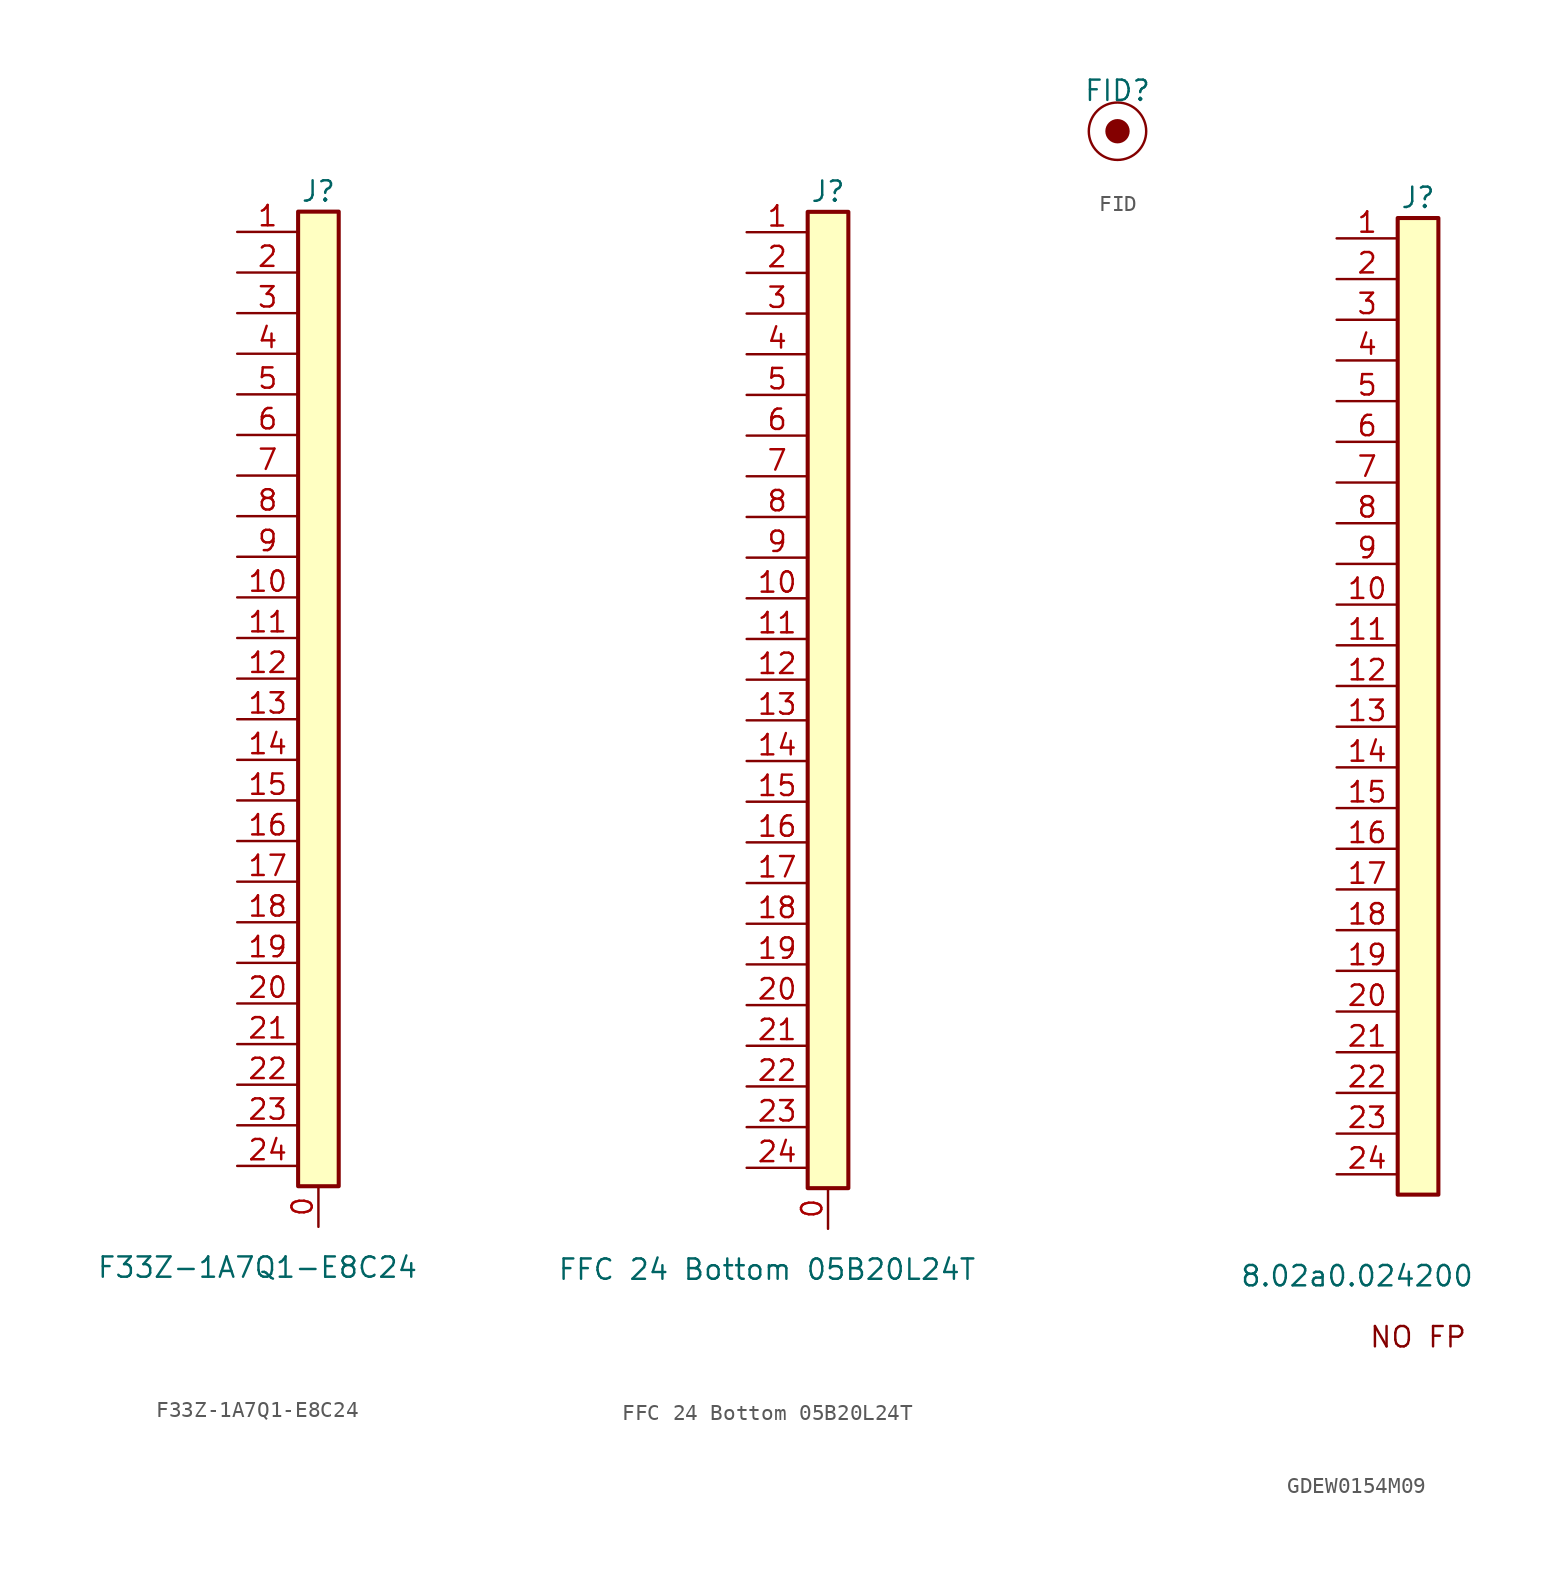
<source format=kicad_sym>
(kicad_symbol_lib
  (version 20231120)
  (generator "kicad_symbol_editor")
  (generator_version "8.0")
  (symbol "F33Z-1A7Q1-E8C24"
    (pin_names
      (offset 1.016) hide)
    (property "Reference" "J"
      (at 0 7.62 0)
      (effects (font (size 1.27 1.27))))
    (property "Value" "F33Z-1A7Q1-E8C24"
      (at -3.81 -59.69 0)
      (effects (font (size 1.27 1.27))))
    (symbol "F33Z-1A7Q1-E8C24_1_1"
      (rectangle (start -1.27 6.35) (end 1.27 -54.61) (stroke (width 0.254) (type default)) (fill (type background)))
      (pin passive line (at 0 -57.15 90) (length 2.54) (name "0" (effects (font (size 1.27 1.27)))) (number "0" (effects (font (size 1.27 1.27)))))
      (pin passive line (at -5.08 5.08 0) (length 3.81) (name "Pin_1" (effects (font (size 1.27 1.27)))) (number "1" (effects (font (size 1.27 1.27)))))
      (pin passive line (at -5.08 -17.78 0) (length 3.81) (name "Pin_10" (effects (font (size 1.27 1.27)))) (number "10" (effects (font (size 1.27 1.27)))))
      (pin passive line (at -5.08 -20.32 0) (length 3.81) (name "Pin_11" (effects (font (size 1.27 1.27)))) (number "11" (effects (font (size 1.27 1.27)))))
      (pin passive line (at -5.08 -22.86 0) (length 3.81) (name "Pin_12" (effects (font (size 1.27 1.27)))) (number "12" (effects (font (size 1.27 1.27)))))
      (pin passive line (at -5.08 -25.4 0) (length 3.81) (name "Pin_13" (effects (font (size 1.27 1.27)))) (number "13" (effects (font (size 1.27 1.27)))))
      (pin passive line (at -5.08 -27.94 0) (length 3.81) (name "Pin_14" (effects (font (size 1.27 1.27)))) (number "14" (effects (font (size 1.27 1.27)))))
      (pin passive line (at -5.08 -30.48 0) (length 3.81) (name "Pin_15" (effects (font (size 1.27 1.27)))) (number "15" (effects (font (size 1.27 1.27)))))
      (pin passive line (at -5.08 -33.02 0) (length 3.81) (name "Pin_16" (effects (font (size 1.27 1.27)))) (number "16" (effects (font (size 1.27 1.27)))))
      (pin passive line (at -5.08 -35.56 0) (length 3.81) (name "Pin_17" (effects (font (size 1.27 1.27)))) (number "17" (effects (font (size 1.27 1.27)))))
      (pin passive line (at -5.08 -38.1 0) (length 3.81) (name "Pin_18" (effects (font (size 1.27 1.27)))) (number "18" (effects (font (size 1.27 1.27)))))
      (pin passive line (at -5.08 -40.64 0) (length 3.81) (name "Pin_19" (effects (font (size 1.27 1.27)))) (number "19" (effects (font (size 1.27 1.27)))))
      (pin passive line (at -5.08 2.54 0) (length 3.81) (name "Pin_2" (effects (font (size 1.27 1.27)))) (number "2" (effects (font (size 1.27 1.27)))))
      (pin passive line (at -5.08 -43.18 0) (length 3.81) (name "Pin_20" (effects (font (size 1.27 1.27)))) (number "20" (effects (font (size 1.27 1.27)))))
      (pin passive line (at -5.08 -45.72 0) (length 3.81) (name "Pin_21" (effects (font (size 1.27 1.27)))) (number "21" (effects (font (size 1.27 1.27)))))
      (pin passive line (at -5.08 -48.26 0) (length 3.81) (name "Pin_22" (effects (font (size 1.27 1.27)))) (number "22" (effects (font (size 1.27 1.27)))))
      (pin passive line (at -5.08 -50.8 0) (length 3.81) (name "Pin_23" (effects (font (size 1.27 1.27)))) (number "23" (effects (font (size 1.27 1.27)))))
      (pin passive line (at -5.08 -53.34 0) (length 3.81) (name "Pin_24" (effects (font (size 1.27 1.27)))) (number "24" (effects (font (size 1.27 1.27)))))
      (pin passive line (at -5.08 0 0) (length 3.81) (name "Pin_3" (effects (font (size 1.27 1.27)))) (number "3" (effects (font (size 1.27 1.27)))))
      (pin passive line (at -5.08 -2.54 0) (length 3.81) (name "Pin_4" (effects (font (size 1.27 1.27)))) (number "4" (effects (font (size 1.27 1.27)))))
      (pin passive line (at -5.08 -5.08 0) (length 3.81) (name "Pin_5" (effects (font (size 1.27 1.27)))) (number "5" (effects (font (size 1.27 1.27)))))
      (pin passive line (at -5.08 -7.62 0) (length 3.81) (name "Pin_6" (effects (font (size 1.27 1.27)))) (number "6" (effects (font (size 1.27 1.27)))))
      (pin passive line (at -5.08 -10.16 0) (length 3.81) (name "Pin_7" (effects (font (size 1.27 1.27)))) (number "7" (effects (font (size 1.27 1.27)))))
      (pin passive line (at -5.08 -12.7 0) (length 3.81) (name "Pin_8" (effects (font (size 1.27 1.27)))) (number "8" (effects (font (size 1.27 1.27)))))
      (pin passive line (at -5.08 -15.24 0) (length 3.81) (name "Pin_9" (effects (font (size 1.27 1.27)))) (number "9" (effects (font (size 1.27 1.27)))))))
  (symbol "FFC 24 Bottom 05B20L24T"
    (pin_names
      (offset 1.016) hide)
    (property "Reference" "J"
      (at 0 7.62 0)
      (effects (font (size 1.27 1.27))))
    (property "Value" "FFC 24 Bottom 05B20L24T"
      (at -3.81 -59.69 0)
      (effects (font (size 1.27 1.27))))
    (symbol "FFC 24 Bottom 05B20L24T_1_1"
      (rectangle (start -1.27 6.35) (end 1.27 -54.61) (stroke (width 0.254) (type default)) (fill (type background)))
      (pin passive line (at 0 -57.15 90) (length 2.54) (name "0" (effects (font (size 1.27 1.27)))) (number "0" (effects (font (size 1.27 1.27)))))
      (pin passive line (at -5.08 5.08 0) (length 3.81) (name "Pin_1" (effects (font (size 1.27 1.27)))) (number "1" (effects (font (size 1.27 1.27)))))
      (pin passive line (at -5.08 -17.78 0) (length 3.81) (name "Pin_10" (effects (font (size 1.27 1.27)))) (number "10" (effects (font (size 1.27 1.27)))))
      (pin passive line (at -5.08 -20.32 0) (length 3.81) (name "Pin_11" (effects (font (size 1.27 1.27)))) (number "11" (effects (font (size 1.27 1.27)))))
      (pin passive line (at -5.08 -22.86 0) (length 3.81) (name "Pin_12" (effects (font (size 1.27 1.27)))) (number "12" (effects (font (size 1.27 1.27)))))
      (pin passive line (at -5.08 -25.4 0) (length 3.81) (name "Pin_13" (effects (font (size 1.27 1.27)))) (number "13" (effects (font (size 1.27 1.27)))))
      (pin passive line (at -5.08 -27.94 0) (length 3.81) (name "Pin_14" (effects (font (size 1.27 1.27)))) (number "14" (effects (font (size 1.27 1.27)))))
      (pin passive line (at -5.08 -30.48 0) (length 3.81) (name "Pin_15" (effects (font (size 1.27 1.27)))) (number "15" (effects (font (size 1.27 1.27)))))
      (pin passive line (at -5.08 -33.02 0) (length 3.81) (name "Pin_16" (effects (font (size 1.27 1.27)))) (number "16" (effects (font (size 1.27 1.27)))))
      (pin passive line (at -5.08 -35.56 0) (length 3.81) (name "Pin_17" (effects (font (size 1.27 1.27)))) (number "17" (effects (font (size 1.27 1.27)))))
      (pin passive line (at -5.08 -38.1 0) (length 3.81) (name "Pin_18" (effects (font (size 1.27 1.27)))) (number "18" (effects (font (size 1.27 1.27)))))
      (pin passive line (at -5.08 -40.64 0) (length 3.81) (name "Pin_19" (effects (font (size 1.27 1.27)))) (number "19" (effects (font (size 1.27 1.27)))))
      (pin passive line (at -5.08 2.54 0) (length 3.81) (name "Pin_2" (effects (font (size 1.27 1.27)))) (number "2" (effects (font (size 1.27 1.27)))))
      (pin passive line (at -5.08 -43.18 0) (length 3.81) (name "Pin_20" (effects (font (size 1.27 1.27)))) (number "20" (effects (font (size 1.27 1.27)))))
      (pin passive line (at -5.08 -45.72 0) (length 3.81) (name "Pin_21" (effects (font (size 1.27 1.27)))) (number "21" (effects (font (size 1.27 1.27)))))
      (pin passive line (at -5.08 -48.26 0) (length 3.81) (name "Pin_22" (effects (font (size 1.27 1.27)))) (number "22" (effects (font (size 1.27 1.27)))))
      (pin passive line (at -5.08 -50.8 0) (length 3.81) (name "Pin_23" (effects (font (size 1.27 1.27)))) (number "23" (effects (font (size 1.27 1.27)))))
      (pin passive line (at -5.08 -53.34 0) (length 3.81) (name "Pin_24" (effects (font (size 1.27 1.27)))) (number "24" (effects (font (size 1.27 1.27)))))
      (pin passive line (at -5.08 0 0) (length 3.81) (name "Pin_3" (effects (font (size 1.27 1.27)))) (number "3" (effects (font (size 1.27 1.27)))))
      (pin passive line (at -5.08 -2.54 0) (length 3.81) (name "Pin_4" (effects (font (size 1.27 1.27)))) (number "4" (effects (font (size 1.27 1.27)))))
      (pin passive line (at -5.08 -5.08 0) (length 3.81) (name "Pin_5" (effects (font (size 1.27 1.27)))) (number "5" (effects (font (size 1.27 1.27)))))
      (pin passive line (at -5.08 -7.62 0) (length 3.81) (name "Pin_6" (effects (font (size 1.27 1.27)))) (number "6" (effects (font (size 1.27 1.27)))))
      (pin passive line (at -5.08 -10.16 0) (length 3.81) (name "Pin_7" (effects (font (size 1.27 1.27)))) (number "7" (effects (font (size 1.27 1.27)))))
      (pin passive line (at -5.08 -12.7 0) (length 3.81) (name "Pin_8" (effects (font (size 1.27 1.27)))) (number "8" (effects (font (size 1.27 1.27)))))
      (pin passive line (at -5.08 -15.24 0) (length 3.81) (name "Pin_9" (effects (font (size 1.27 1.27)))) (number "9" (effects (font (size 1.27 1.27)))))))
  (symbol "FID"
    (pin_numbers hide)
    (pin_names
      (offset 0) hide)
    (property "Reference" "FID"
      (at 0 2.54 0)
      (effects (font (size 1.27 1.27))))
    (property "Value" ""
      (at 0 0 0)
      (effects (font (size 1.27 1.27))))
    (symbol "FID_0_1"
      (circle (center 0 0) (radius 1.796) (stroke (width 0) (type default)) (fill (type none))))
    (symbol "FID_1_1"
      (circle (center 0 0) (radius 0.686) (stroke (width 0) (type default)) (fill (type outline)))
      (pin passive line (at 0 -2.54 90) (length 2.54) hide (name "1" (effects (font (size 1.27 1.27)))) (number "1" (effects (font (size 1.27 1.27)))))))
  (symbol "GDEW0154M09"
    (pin_names
      (offset 1.016) hide)
    (property "Reference" "J"
      (at 0 7.62 0)
      (effects (font (size 1.27 1.27))))
    (property "Value" "8.02a0.024200"
      (at -3.81 -59.69 0)
      (effects (font (size 1.27 1.27))))
    (symbol "GDEW0154M09_1_1"
      (rectangle (start -1.27 6.35) (end 1.27 -54.61) (stroke (width 0.254) (type default)) (fill (type background)))
      (text "NO FP" (at 0 -63.5 0) (effects (font (size 1.27 1.27))))
      (pin passive line (at -5.08 5.08 0) (length 3.81) (name "Pin_1" (effects (font (size 1.27 1.27)))) (number "1" (effects (font (size 1.27 1.27)))))
      (pin passive line (at -5.08 -17.78 0) (length 3.81) (name "Pin_10" (effects (font (size 1.27 1.27)))) (number "10" (effects (font (size 1.27 1.27)))))
      (pin passive line (at -5.08 -20.32 0) (length 3.81) (name "Pin_11" (effects (font (size 1.27 1.27)))) (number "11" (effects (font (size 1.27 1.27)))))
      (pin passive line (at -5.08 -22.86 0) (length 3.81) (name "Pin_12" (effects (font (size 1.27 1.27)))) (number "12" (effects (font (size 1.27 1.27)))))
      (pin passive line (at -5.08 -25.4 0) (length 3.81) (name "Pin_13" (effects (font (size 1.27 1.27)))) (number "13" (effects (font (size 1.27 1.27)))))
      (pin passive line (at -5.08 -27.94 0) (length 3.81) (name "Pin_14" (effects (font (size 1.27 1.27)))) (number "14" (effects (font (size 1.27 1.27)))))
      (pin passive line (at -5.08 -30.48 0) (length 3.81) (name "Pin_15" (effects (font (size 1.27 1.27)))) (number "15" (effects (font (size 1.27 1.27)))))
      (pin passive line (at -5.08 -33.02 0) (length 3.81) (name "Pin_16" (effects (font (size 1.27 1.27)))) (number "16" (effects (font (size 1.27 1.27)))))
      (pin passive line (at -5.08 -35.56 0) (length 3.81) (name "Pin_17" (effects (font (size 1.27 1.27)))) (number "17" (effects (font (size 1.27 1.27)))))
      (pin passive line (at -5.08 -38.1 0) (length 3.81) (name "Pin_18" (effects (font (size 1.27 1.27)))) (number "18" (effects (font (size 1.27 1.27)))))
      (pin passive line (at -5.08 -40.64 0) (length 3.81) (name "Pin_19" (effects (font (size 1.27 1.27)))) (number "19" (effects (font (size 1.27 1.27)))))
      (pin passive line (at -5.08 2.54 0) (length 3.81) (name "Pin_2" (effects (font (size 1.27 1.27)))) (number "2" (effects (font (size 1.27 1.27)))))
      (pin passive line (at -5.08 -43.18 0) (length 3.81) (name "Pin_20" (effects (font (size 1.27 1.27)))) (number "20" (effects (font (size 1.27 1.27)))))
      (pin passive line (at -5.08 -45.72 0) (length 3.81) (name "Pin_21" (effects (font (size 1.27 1.27)))) (number "21" (effects (font (size 1.27 1.27)))))
      (pin passive line (at -5.08 -48.26 0) (length 3.81) (name "Pin_22" (effects (font (size 1.27 1.27)))) (number "22" (effects (font (size 1.27 1.27)))))
      (pin passive line (at -5.08 -50.8 0) (length 3.81) (name "Pin_23" (effects (font (size 1.27 1.27)))) (number "23" (effects (font (size 1.27 1.27)))))
      (pin passive line (at -5.08 -53.34 0) (length 3.81) (name "Pin_24" (effects (font (size 1.27 1.27)))) (number "24" (effects (font (size 1.27 1.27)))))
      (pin passive line (at -5.08 0 0) (length 3.81) (name "Pin_3" (effects (font (size 1.27 1.27)))) (number "3" (effects (font (size 1.27 1.27)))))
      (pin passive line (at -5.08 -2.54 0) (length 3.81) (name "Pin_4" (effects (font (size 1.27 1.27)))) (number "4" (effects (font (size 1.27 1.27)))))
      (pin passive line (at -5.08 -5.08 0) (length 3.81) (name "Pin_5" (effects (font (size 1.27 1.27)))) (number "5" (effects (font (size 1.27 1.27)))))
      (pin passive line (at -5.08 -7.62 0) (length 3.81) (name "Pin_6" (effects (font (size 1.27 1.27)))) (number "6" (effects (font (size 1.27 1.27)))))
      (pin passive line (at -5.08 -10.16 0) (length 3.81) (name "Pin_7" (effects (font (size 1.27 1.27)))) (number "7" (effects (font (size 1.27 1.27)))))
      (pin passive line (at -5.08 -12.7 0) (length 3.81) (name "Pin_8" (effects (font (size 1.27 1.27)))) (number "8" (effects (font (size 1.27 1.27)))))
      (pin passive line (at -5.08 -15.24 0) (length 3.81) (name "Pin_9" (effects (font (size 1.27 1.27)))) (number "9" (effects (font (size 1.27 1.27))))))))
</source>
